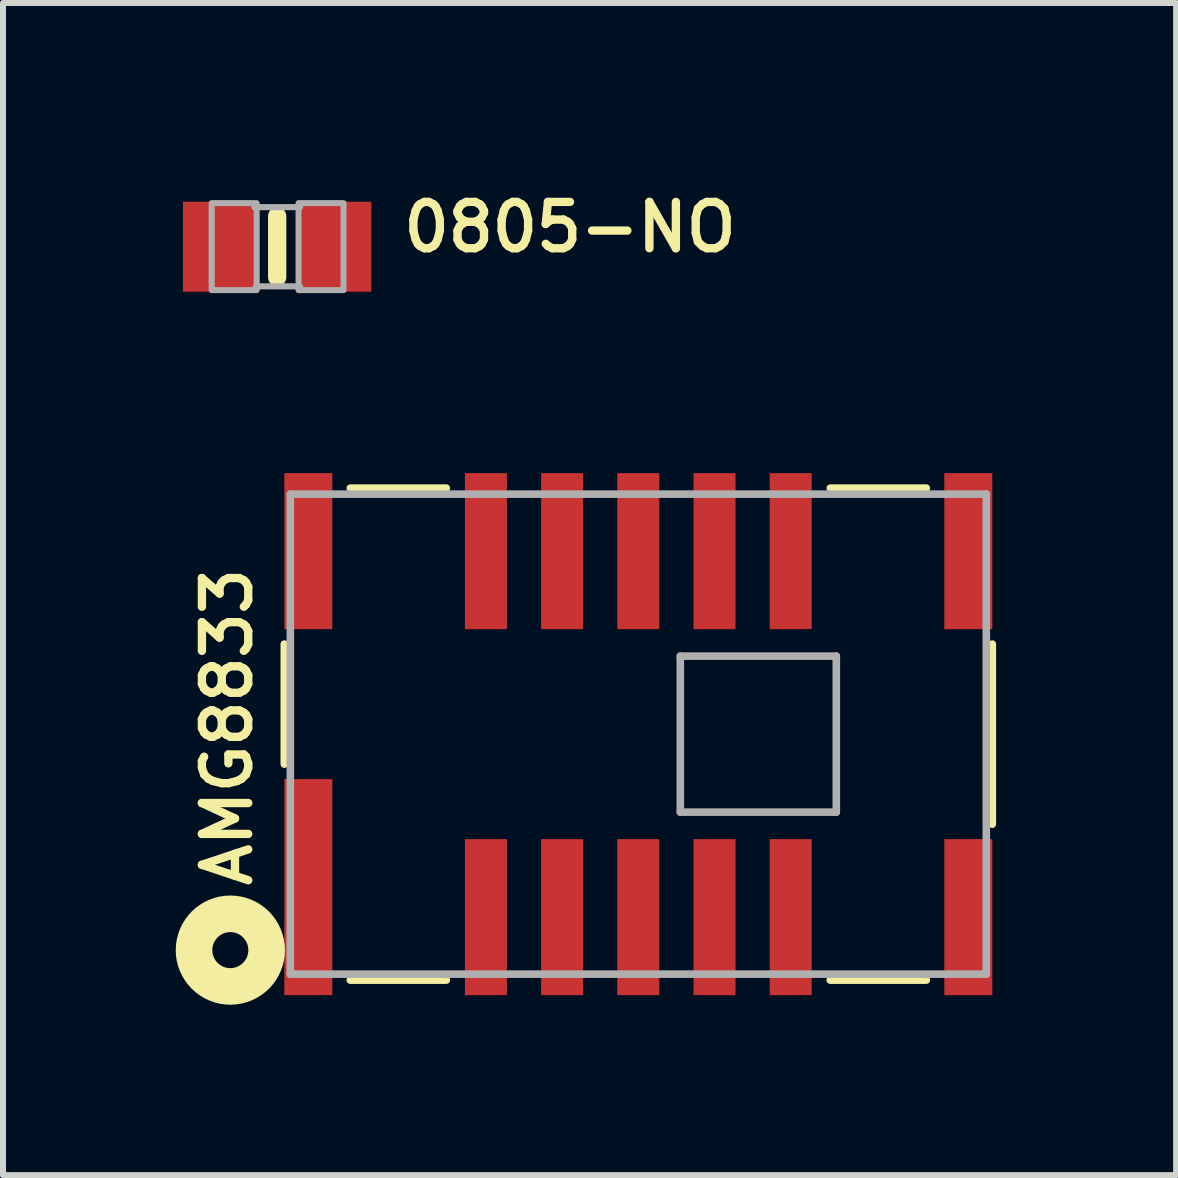
<source format=kicad_pcb>
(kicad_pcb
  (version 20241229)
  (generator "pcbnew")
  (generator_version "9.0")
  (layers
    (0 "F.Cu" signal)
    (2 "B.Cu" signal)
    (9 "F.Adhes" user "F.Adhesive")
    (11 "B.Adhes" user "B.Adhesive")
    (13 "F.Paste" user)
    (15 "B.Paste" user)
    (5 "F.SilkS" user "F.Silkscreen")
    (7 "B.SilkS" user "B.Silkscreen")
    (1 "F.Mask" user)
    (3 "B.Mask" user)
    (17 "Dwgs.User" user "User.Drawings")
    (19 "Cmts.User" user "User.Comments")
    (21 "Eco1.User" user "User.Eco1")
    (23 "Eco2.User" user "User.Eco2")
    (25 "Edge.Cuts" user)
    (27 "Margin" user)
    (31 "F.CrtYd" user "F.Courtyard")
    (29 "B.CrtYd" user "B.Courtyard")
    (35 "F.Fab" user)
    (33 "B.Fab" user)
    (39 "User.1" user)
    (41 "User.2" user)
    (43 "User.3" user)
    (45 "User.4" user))
  (footprint "0805-NO"
    (layer "F.Cu")
    (at 1.57 1.062)
    (property "Reference" "0805-NO" (at 2.032 0.127 0) (layer "F.SilkS") (effects (font (size 0.772 0.772) (thickness 0.139)) (justify left bottom)))
    (attr through_hole)
    (fp_line (start 0 -0.508) (end 0 0.508) (stroke (width 0.305) (type solid)) (layer "F.SilkS"))
    (fp_line (start -0.381 -0.66) (end 0.381 -0.66) (stroke (width 0.102) (type solid)) (layer "F.Fab"))
    (fp_line (start -0.356 0.66) (end 0.381 0.66) (stroke (width 0.102) (type solid)) (layer "F.Fab"))
    (fp_poly (pts (xy -1.092 0.724) (xy -0.342 0.724) (xy -0.342 -0.726) (xy -1.092 -0.726)) (stroke (width 0.1) (type solid)) (fill no) (layer "F.Fab"))
    (fp_poly (pts (xy 0.356 0.724) (xy 1.106 0.724) (xy 1.106 -0.726) (xy 0.356 -0.726)) (stroke (width 0.1) (type solid)) (fill no) (layer "F.Fab"))
    (pad "1" smd rect (at -0.95 0) (size 1.24 1.5) (layers "F.Cu" "F.Mask" "F.Paste"))
    (pad "2" smd rect (at 0.95 0) (size 1.24 1.5) (layers "F.Cu" "F.Mask" "F.Paste")))
  (footprint "AMG8833"
    (layer "F.Cu")
    (at 7.589 9.186)
    (property "Reference" "AMG8833" (at -6.4 2.6 90) (layer "F.SilkS") (effects (font (size 0.772 0.772) (thickness 0.139)) (justify left bottom)))
    (attr through_hole)
    (fp_line (start -5.9 0.5) (end -5.9 -1.5) (stroke (width 0.127) (type solid)) (layer "F.SilkS"))
    (fp_line (start -4.8 -4.1) (end -3.2 -4.1) (stroke (width 0.127) (type solid)) (layer "F.SilkS"))
    (fp_line (start -4.8 4.1) (end -3.2 4.1) (stroke (width 0.127) (type solid)) (layer "F.SilkS"))
    (fp_line (start 3.2 -4.1) (end 4.8 -4.1) (stroke (width 0.127) (type solid)) (layer "F.SilkS"))
    (fp_line (start 3.2 4.1) (end 4.8 4.1) (stroke (width 0.127) (type solid)) (layer "F.SilkS"))
    (fp_line (start 5.9 -1.5) (end 5.9 1.5) (stroke (width 0.127) (type solid)) (layer "F.SilkS"))
    (fp_circle (center -6.8 3.6) (end -6.5 3.6) (stroke (width 0.61) (type solid)) (fill no) (layer "F.SilkS"))
    (fp_line (start -5.8 -4) (end 5.8 -4) (stroke (width 0.127) (type solid)) (layer "F.Fab"))
    (fp_line (start -5.8 4) (end -5.8 -4) (stroke (width 0.127) (type solid)) (layer "F.Fab"))
    (fp_line (start 0.7 -1.3) (end 3.3 -1.3) (stroke (width 0.127) (type solid)) (layer "F.Fab"))
    (fp_line (start 0.7 1.3) (end 0.7 -1.3) (stroke (width 0.127) (type solid)) (layer "F.Fab"))
    (fp_line (start 3.3 -1.3) (end 3.3 1.3) (stroke (width 0.127) (type solid)) (layer "F.Fab"))
    (fp_line (start 3.3 1.3) (end 0.7 1.3) (stroke (width 0.127) (type solid)) (layer "F.Fab"))
    (fp_line (start 5.8 -4) (end 5.8 4) (stroke (width 0.127) (type solid)) (layer "F.Fab"))
    (fp_line (start 5.8 4) (end -5.8 4) (stroke (width 0.127) (type solid)) (layer "F.Fab"))
    (pad "1" smd rect (at -5.5 2.55 90) (size 3.6 0.8) (layers "F.Cu" "F.Mask" "F.Paste"))
    (pad "2" smd rect (at -2.54 3.05 90) (size 2.6 0.7) (layers "F.Cu" "F.Mask" "F.Paste"))
    (pad "3" smd rect (at -1.27 3.05 90) (size 2.6 0.7) (layers "F.Cu" "F.Mask" "F.Paste"))
    (pad "4" smd rect (at 0 3.05 90) (size 2.6 0.7) (layers "F.Cu" "F.Mask" "F.Paste"))
    (pad "5" smd rect (at 1.27 3.05 90) (size 2.6 0.7) (layers "F.Cu" "F.Mask" "F.Paste"))
    (pad "6" smd rect (at 2.54 3.05 90) (size 2.6 0.7) (layers "F.Cu" "F.Mask" "F.Paste"))
    (pad "7" smd rect (at 5.5 3.05 90) (size 2.6 0.8) (layers "F.Cu" "F.Mask" "F.Paste"))
    (pad "8" smd rect (at 5.5 -3.05 90) (size 2.6 0.8) (layers "F.Cu" "F.Mask" "F.Paste"))
    (pad "9" smd rect (at 2.54 -3.05 90) (size 2.6 0.7) (layers "F.Cu" "F.Mask" "F.Paste"))
    (pad "10" smd rect (at 1.27 -3.05 90) (size 2.6 0.7) (layers "F.Cu" "F.Mask" "F.Paste"))
    (pad "11" smd rect (at 0 -3.05 90) (size 2.6 0.7) (layers "F.Cu" "F.Mask" "F.Paste"))
    (pad "12" smd rect (at -1.27 -3.05 90) (size 2.6 0.7) (layers "F.Cu" "F.Mask" "F.Paste"))
    (pad "13" smd rect (at -2.54 -3.05 90) (size 2.6 0.7) (layers "F.Cu" "F.Mask" "F.Paste"))
    (pad "14" smd rect (at -5.5 -3.05 90) (size 2.6 0.8) (layers "F.Cu" "F.Mask" "F.Paste")))
  (gr_rect
    (start -3 -3)
    (end 16.553 16.536)
    (stroke (width 0.1) (type default))
    (fill no)
    (layer "Edge.Cuts")))
</source>
